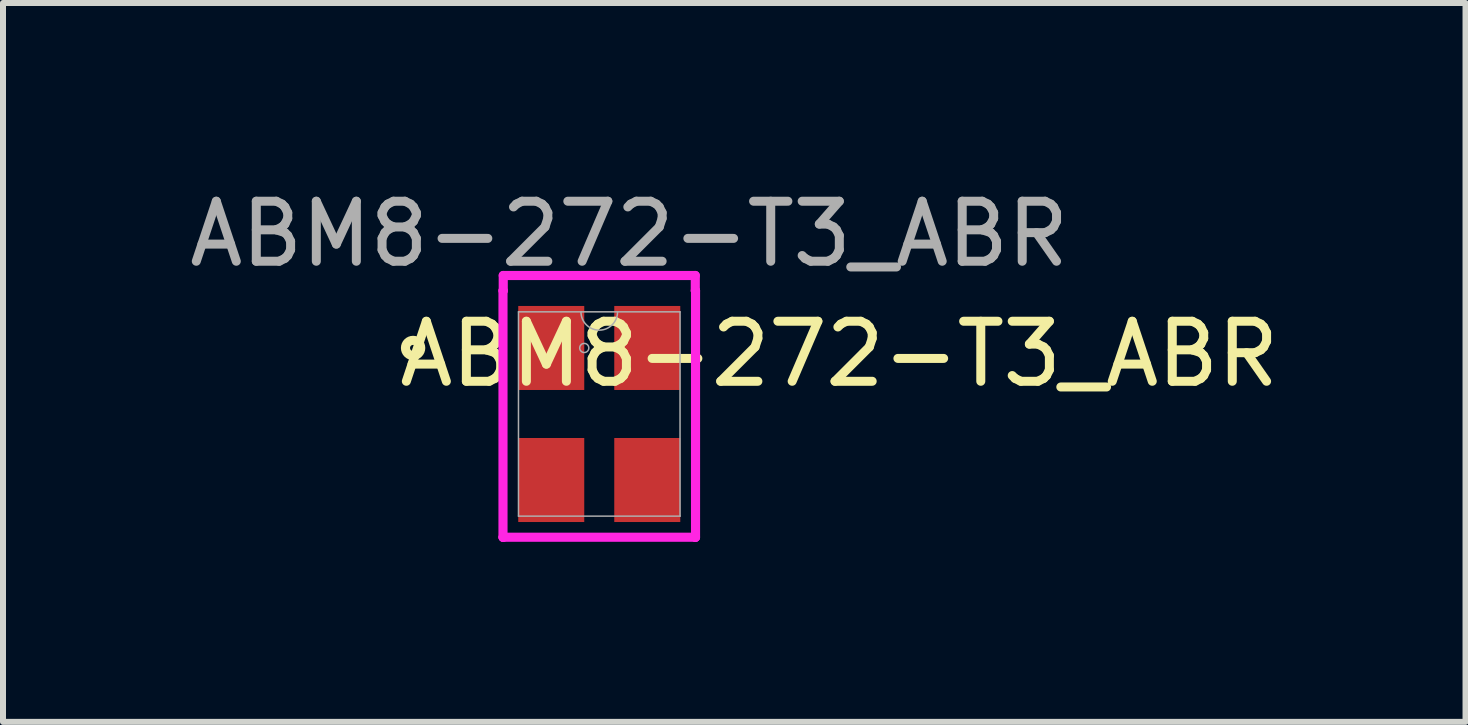
<source format=kicad_pcb>
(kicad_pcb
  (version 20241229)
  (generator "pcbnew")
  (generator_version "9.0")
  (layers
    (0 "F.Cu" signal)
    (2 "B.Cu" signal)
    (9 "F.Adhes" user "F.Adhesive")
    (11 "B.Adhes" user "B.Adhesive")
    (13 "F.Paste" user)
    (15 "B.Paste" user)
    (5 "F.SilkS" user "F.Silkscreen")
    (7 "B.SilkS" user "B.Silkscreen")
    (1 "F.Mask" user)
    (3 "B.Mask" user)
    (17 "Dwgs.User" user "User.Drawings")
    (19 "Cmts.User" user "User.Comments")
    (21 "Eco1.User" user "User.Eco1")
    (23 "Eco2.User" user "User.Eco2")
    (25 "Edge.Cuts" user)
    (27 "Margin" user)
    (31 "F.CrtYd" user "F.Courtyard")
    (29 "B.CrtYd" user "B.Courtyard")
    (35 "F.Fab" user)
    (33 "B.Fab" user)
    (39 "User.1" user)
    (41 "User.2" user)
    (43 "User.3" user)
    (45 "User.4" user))
  (footprint "ABM8-272-T3_ABR"
    (layer "F.Cu")
    (at 6.935 3.848)
    (property "Reference" "ABM8-272-T3_ABR" (at 4 -1 0) (unlocked yes) (layer "F.SilkS") (effects (font (size 1 1) (thickness 0.15))))
    (attr smd)
    (fp_circle (center -3.102 -1.1) (end -2.975 -1.1) (stroke (width 0.152) (type solid)) (fill no) (layer "F.SilkS"))
    (fp_line (start -1.604 -2.054) (end -1.6 -2.054) (stroke (width 0.152) (type solid)) (layer "F.CrtYd"))
    (fp_line (start -1.604 2.054) (end -1.604 -2.054) (stroke (width 0.152) (type solid)) (layer "F.CrtYd"))
    (fp_line (start -1.604 2.054) (end -1.6 2.054) (stroke (width 0.152) (type solid)) (layer "F.CrtYd"))
    (fp_line (start -1.6 -2.308) (end 1.6 -2.308) (stroke (width 0.152) (type solid)) (layer "F.CrtYd"))
    (fp_line (start -1.6 -2.054) (end -1.6 -2.308) (stroke (width 0.152) (type solid)) (layer "F.CrtYd"))
    (fp_line (start -1.6 2.054) (end -1.6 2.054) (stroke (width 0.152) (type solid)) (layer "F.CrtYd"))
    (fp_line (start 1.6 -2.308) (end 1.6 -2.054) (stroke (width 0.152) (type solid)) (layer "F.CrtYd"))
    (fp_line (start 1.6 2.054) (end -1.6 2.054) (stroke (width 0.152) (type solid)) (layer "F.CrtYd"))
    (fp_line (start 1.6 2.054) (end 1.6 2.054) (stroke (width 0.152) (type solid)) (layer "F.CrtYd"))
    (fp_line (start 1.604 -2.054) (end 1.6 -2.054) (stroke (width 0.152) (type solid)) (layer "F.CrtYd"))
    (fp_line (start 1.604 -2.054) (end 1.604 2.054) (stroke (width 0.152) (type solid)) (layer "F.CrtYd"))
    (fp_line (start 1.604 2.054) (end 1.6 2.054) (stroke (width 0.152) (type solid)) (layer "F.CrtYd"))
    (fp_line (start -1.346 -1.702) (end -1.346 1.702) (stroke (width 0.025) (type solid)) (layer "F.Fab"))
    (fp_line (start -1.346 1.702) (end 1.346 1.702) (stroke (width 0.025) (type solid)) (layer "F.Fab"))
    (fp_line (start 1.346 -1.702) (end -1.346 -1.702) (stroke (width 0.025) (type solid)) (layer "F.Fab"))
    (fp_line (start 1.346 1.702) (end 1.346 -1.702) (stroke (width 0.025) (type solid)) (layer "F.Fab"))
    (fp_arc (start 0.3048 -1.7018) (mid 0 -1.397) (end -0.3048 -1.7018) (stroke (width 0.0254) (type solid)) (layer "F.Fab"))
    (fp_circle (center -0.25 -1.1) (end -0.174 -1.1) (stroke (width 0.025) (type solid)) (fill no) (layer "F.Fab"))
    (fp_text user "${REFERENCE}" (at 0.5 -3 0) (unlocked yes) (layer "F.Fab") (effects (font (size 1 1) (thickness 0.15))))
    (pad "1" smd rect (at -0.8 -1.1) (size 1.1 1.4) (layers "F.Cu" "F.Mask" "F.Paste"))
    (pad "2" smd rect (at -0.8 1.1) (size 1.1 1.4) (layers "F.Cu" "F.Mask" "F.Paste"))
    (pad "3" smd rect (at 0.8 1.1) (size 1.1 1.4) (layers "F.Cu" "F.Mask" "F.Paste"))
    (pad "4" smd rect (at 0.8 -1.1) (size 1.1 1.4) (layers "F.Cu" "F.Mask" "F.Paste")))
  (gr_rect
    (start -3 -3)
    (end 21.369 8.978)
    (stroke (width 0.1) (type default))
    (fill no)
    (layer "Edge.Cuts")))
</source>
